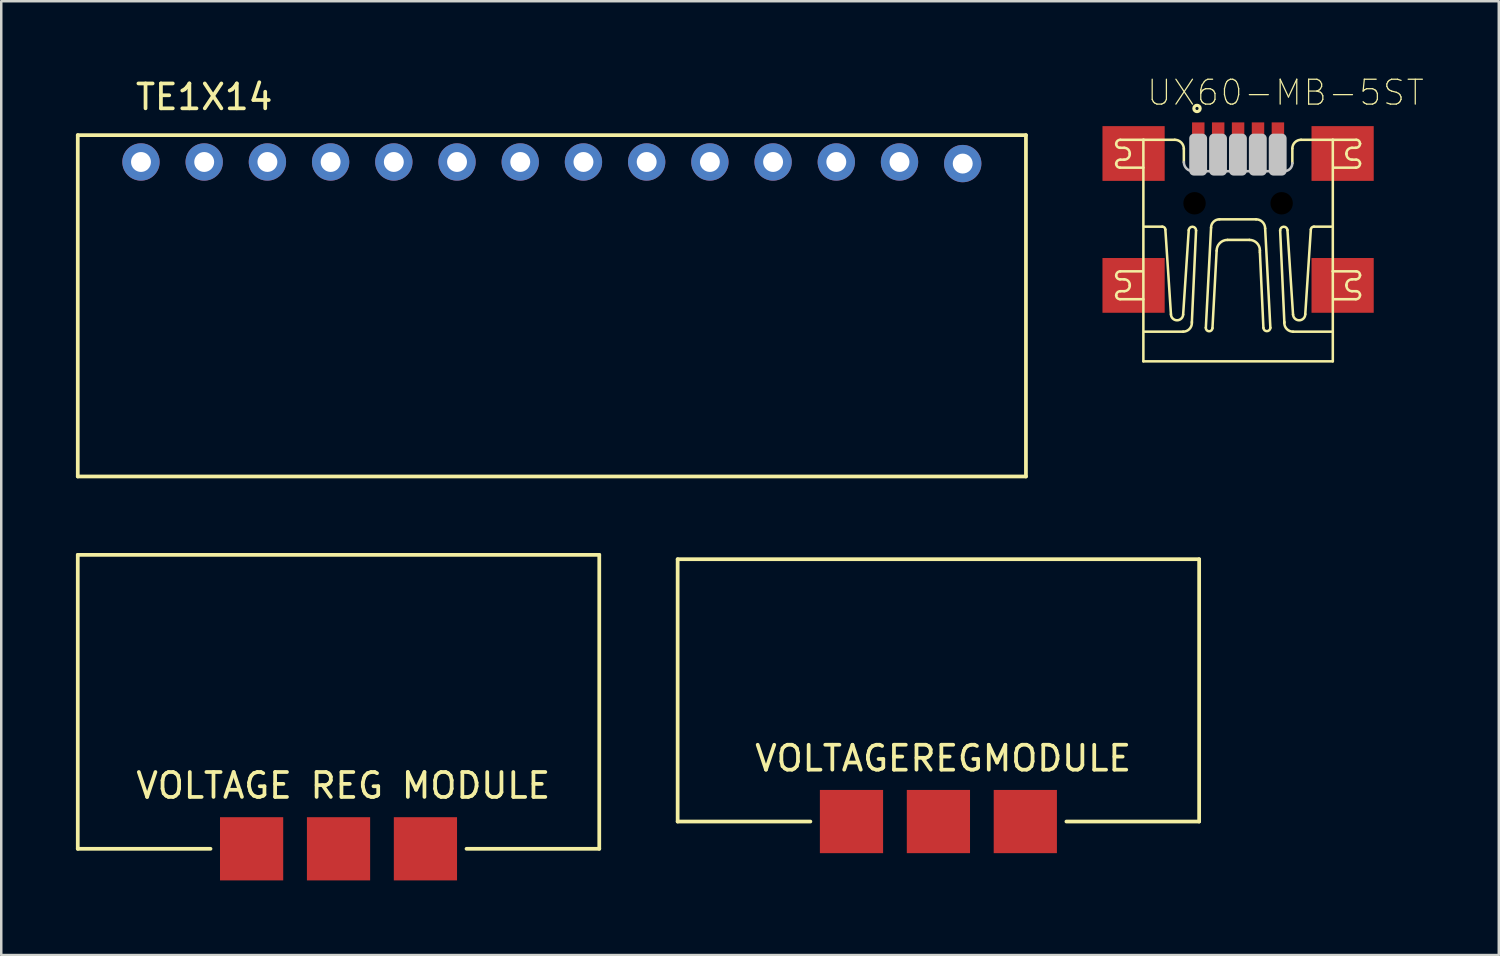
<source format=kicad_pcb>
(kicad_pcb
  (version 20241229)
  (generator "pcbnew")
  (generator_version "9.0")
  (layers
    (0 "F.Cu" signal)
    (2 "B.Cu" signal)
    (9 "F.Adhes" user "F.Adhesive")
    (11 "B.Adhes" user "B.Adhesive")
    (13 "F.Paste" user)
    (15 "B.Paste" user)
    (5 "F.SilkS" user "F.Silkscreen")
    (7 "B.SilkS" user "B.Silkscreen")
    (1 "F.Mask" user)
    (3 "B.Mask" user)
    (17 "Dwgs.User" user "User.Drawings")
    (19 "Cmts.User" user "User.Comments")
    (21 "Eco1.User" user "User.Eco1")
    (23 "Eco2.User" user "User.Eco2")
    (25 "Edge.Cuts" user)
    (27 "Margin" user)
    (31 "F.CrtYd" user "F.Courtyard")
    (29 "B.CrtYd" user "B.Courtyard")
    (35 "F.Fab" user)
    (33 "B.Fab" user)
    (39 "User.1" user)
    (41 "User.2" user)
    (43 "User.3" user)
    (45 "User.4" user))
  (footprint "VOLTAGEREGMODULE"
    (layer "F.Cu")
    (at 34.594 19.421)
    (property "Reference" "VOLTAGEREGMODULE" (at 0.254 8.001 0) (layer "F.SilkS") (effects (font (size 1 1) (thickness 0.15))))
    (attr through_hole)
    (fp_line (start -10.414 0) (end 10.541 0) (stroke (width 0.15) (type solid)) (layer "F.SilkS"))
    (fp_line (start -10.414 10.541) (end -10.414 0) (stroke (width 0.15) (type solid)) (layer "F.SilkS"))
    (fp_line (start -10.414 10.541) (end -5.08 10.541) (stroke (width 0.15) (type solid)) (layer "F.SilkS"))
    (fp_line (start 5.207 10.541) (end 10.541 10.541) (stroke (width 0.15) (type solid)) (layer "F.SilkS"))
    (fp_line (start 10.541 10.541) (end 10.541 0) (stroke (width 0.15) (type solid)) (layer "F.SilkS"))
    (pad "1" smd rect (at -3.429 10.541) (size 2.54 2.54) (layers "F.Cu" "F.Mask" "F.Paste"))
    (pad "2" smd rect (at 0.064 10.541) (size 2.54 2.54) (layers "F.Cu" "F.Mask" "F.Paste"))
    (pad "3" smd rect (at 3.556 10.541) (size 2.54 2.54) (layers "F.Cu" "F.Mask" "F.Paste")))
  (footprint "UX60-MB-5ST"
    (layer "F.Cu")
    (at 46.7 2.578)
    (property "Reference" "UX60-MB-5ST" (at 1.905 -1.905 0) (layer "F.SilkS") (effects (font (size 1 1) (thickness 0.05))))
    (attr smd)
    (fp_line (start -4.899 0.956) (end -4.899 0.956) (stroke (width 0.102) (type solid)) (layer "F.SilkS"))
    (fp_line (start -4.899 6.241) (end -4.899 6.241) (stroke (width 0.102) (type solid)) (layer "F.SilkS"))
    (fp_line (start -4.731 -0.011) (end -3.792 -0.011) (stroke (width 0.102) (type solid)) (layer "F.SilkS"))
    (fp_line (start -4.731 0.788) (end -4.577 0.788) (stroke (width 0.102) (type solid)) (layer "F.SilkS"))
    (fp_line (start -4.731 5.274) (end -3.862 5.274) (stroke (width 0.102) (type solid)) (layer "F.SilkS"))
    (fp_line (start -4.731 6.073) (end -4.577 6.073) (stroke (width 0.102) (type solid)) (layer "F.SilkS"))
    (fp_line (start -4.577 0.311) (end -4.745 0.311) (stroke (width 0.102) (type solid)) (layer "F.SilkS"))
    (fp_line (start -4.577 5.596) (end -4.745 5.596) (stroke (width 0.102) (type solid)) (layer "F.SilkS"))
    (fp_line (start -4.353 0.564) (end -4.353 0.535) (stroke (width 0.102) (type solid)) (layer "F.SilkS"))
    (fp_line (start -4.353 5.849) (end -4.353 5.821) (stroke (width 0.102) (type solid)) (layer "F.SilkS"))
    (fp_line (start -3.806 -0.011) (end -2.544 -0.011) (stroke (width 0.102) (type solid)) (layer "F.SilkS"))
    (fp_line (start -3.806 8.891) (end -3.806 -0.011) (stroke (width 0.102) (type solid)) (layer "F.SilkS"))
    (fp_line (start -3.806 1.11) (end -4.745 1.11) (stroke (width 0.102) (type solid)) (layer "F.SilkS"))
    (fp_line (start -3.806 6.396) (end -4.745 6.396) (stroke (width 0.102) (type solid)) (layer "F.SilkS"))
    (fp_line (start -3.75 7.699) (end -2.208 7.699) (stroke (width 0.102) (type solid)) (layer "F.SilkS"))
    (fp_line (start -3.049 3.48) (end -3.75 3.48) (stroke (width 0.102) (type solid)) (layer "F.SilkS"))
    (fp_line (start -2.698 6.998) (end -2.923 3.592) (stroke (width 0.102) (type solid)) (layer "F.SilkS"))
    (fp_line (start -2.18 0.353) (end -2.18 0.886) (stroke (width 0.102) (type solid)) (layer "F.SilkS"))
    (fp_line (start -1.983 3.62) (end -2.208 7.012) (stroke (width 0.102) (type solid)) (layer "F.SilkS"))
    (fp_line (start -1.857 7.307) (end -1.689 3.634) (stroke (width 0.102) (type solid)) (layer "F.SilkS"))
    (fp_line (start -1.857 7.349) (end -1.857 7.307) (stroke (width 0.102) (type solid)) (layer "F.SilkS"))
    (fp_line (start -1.086 3.522) (end -1.296 7.545) (stroke (width 0.102) (type solid)) (layer "F.SilkS"))
    (fp_line (start -1.03 7.559) (end -0.862 4.447) (stroke (width 0.102) (type solid)) (layer "F.SilkS"))
    (fp_line (start -0.427 4.012) (end 0.456 4.012) (stroke (width 0.102) (type solid)) (layer "F.SilkS"))
    (fp_line (start 0.722 3.185) (end -0.75 3.185) (stroke (width 0.102) (type solid)) (layer "F.SilkS"))
    (fp_line (start 0.876 4.433) (end 0.876 4.503) (stroke (width 0.102) (type solid)) (layer "F.SilkS"))
    (fp_line (start 0.876 4.503) (end 1.017 7.545) (stroke (width 0.102) (type solid)) (layer "F.SilkS"))
    (fp_line (start 1.297 7.545) (end 1.087 3.55) (stroke (width 0.102) (type solid)) (layer "F.SilkS"))
    (fp_line (start 1.858 7.307) (end 1.69 3.634) (stroke (width 0.102) (type solid)) (layer "F.SilkS"))
    (fp_line (start 1.858 7.349) (end 1.858 7.307) (stroke (width 0.102) (type solid)) (layer "F.SilkS"))
    (fp_line (start 1.984 3.62) (end 2.208 7.012) (stroke (width 0.102) (type solid)) (layer "F.SilkS"))
    (fp_line (start 2.18 0.928) (end 2.18 0.339) (stroke (width 0.102) (type solid)) (layer "F.SilkS"))
    (fp_line (start 2.531 -0.011) (end 3.806 -0.011) (stroke (width 0.102) (type solid)) (layer "F.SilkS"))
    (fp_line (start 2.699 6.998) (end 2.923 3.592) (stroke (width 0.102) (type solid)) (layer "F.SilkS"))
    (fp_line (start 3.049 3.479) (end 3.75 3.479) (stroke (width 0.102) (type solid)) (layer "F.SilkS"))
    (fp_line (start 3.75 7.699) (end 2.208 7.699) (stroke (width 0.102) (type solid)) (layer "F.SilkS"))
    (fp_line (start 3.806 -0.011) (end 3.806 5.274) (stroke (width 0.102) (type solid)) (layer "F.SilkS"))
    (fp_line (start 3.806 -0.011) (end 4.746 -0.011) (stroke (width 0.102) (type solid)) (layer "F.SilkS"))
    (fp_line (start 3.806 5.274) (end 3.806 8.891) (stroke (width 0.102) (type solid)) (layer "F.SilkS"))
    (fp_line (start 3.806 5.274) (end 4.746 5.274) (stroke (width 0.102) (type solid)) (layer "F.SilkS"))
    (fp_line (start 3.806 8.891) (end -3.806 8.891) (stroke (width 0.102) (type solid)) (layer "F.SilkS"))
    (fp_line (start 4.353 0.536) (end 4.353 0.564) (stroke (width 0.102) (type solid)) (layer "F.SilkS"))
    (fp_line (start 4.353 5.821) (end 4.353 5.849) (stroke (width 0.102) (type solid)) (layer "F.SilkS"))
    (fp_line (start 4.577 0.788) (end 4.746 0.788) (stroke (width 0.102) (type solid)) (layer "F.SilkS"))
    (fp_line (start 4.577 6.073) (end 4.746 6.073) (stroke (width 0.102) (type solid)) (layer "F.SilkS"))
    (fp_line (start 4.732 0.311) (end 4.577 0.311) (stroke (width 0.102) (type solid)) (layer "F.SilkS"))
    (fp_line (start 4.732 1.11) (end 3.862 1.11) (stroke (width 0.102) (type solid)) (layer "F.SilkS"))
    (fp_line (start 4.732 5.596) (end 4.577 5.596) (stroke (width 0.102) (type solid)) (layer "F.SilkS"))
    (fp_line (start 4.732 6.396) (end 3.862 6.396) (stroke (width 0.102) (type solid)) (layer "F.SilkS"))
    (fp_line (start 4.9 0.143) (end 4.9 0.143) (stroke (width 0.102) (type solid)) (layer "F.SilkS"))
    (fp_line (start 4.9 5.428) (end 4.9 5.428) (stroke (width 0.102) (type solid)) (layer "F.SilkS"))
    (fp_arc (start -4.8993 0.157) (mid -4.850035 0.038065) (end -4.7311 -0.0112) (stroke (width 0.1016) (type solid)) (layer "F.SilkS"))
    (fp_arc (start -4.8993 0.9561) (mid -4.850035 0.837165) (end -4.7311 0.7879) (stroke (width 0.1016) (type solid)) (layer "F.SilkS"))
    (fp_arc (start -4.8993 5.4422) (mid -4.850035 5.323265) (end -4.7311 5.274) (stroke (width 0.1016) (type solid)) (layer "F.SilkS"))
    (fp_arc (start -4.8993 6.2413) (mid -4.850035 6.122365) (end -4.7311 6.0731) (stroke (width 0.1016) (type solid)) (layer "F.SilkS"))
    (fp_arc (start -4.745328 6.395501) (mid -4.854429 6.350397) (end -4.8993 6.2412) (stroke (width 0.1016) (type solid)) (layer "F.SilkS"))
    (fp_arc (start -4.745195 1.110301) (mid -4.854323 1.065185) (end -4.8993 0.956) (stroke (width 0.1016) (type solid)) (layer "F.SilkS"))
    (fp_arc (start -4.7451 0.3112) (mid -4.854136 0.266036) (end -4.8993 0.157) (stroke (width 0.1016) (type solid)) (layer "F.SilkS"))
    (fp_arc (start -4.7451 5.5964) (mid -4.854136 5.551236) (end -4.8993 5.4422) (stroke (width 0.1016) (type solid)) (layer "F.SilkS"))
    (fp_arc (start -4.5769 0.3112) (mid -4.418337 0.376796) (end -4.3526 0.5353) (stroke (width 0.1016) (type solid)) (layer "F.SilkS"))
    (fp_arc (start -4.5769 5.5964) (mid -4.41824 5.662034) (end -4.3526 5.820691) (stroke (width 0.1016) (type solid)) (layer "F.SilkS"))
    (fp_arc (start -4.3526 0.5636) (mid -4.418296 0.722204) (end -4.5769 0.7879) (stroke (width 0.1016) (type solid)) (layer "F.SilkS"))
    (fp_arc (start -4.3526 5.8488) (mid -4.418234 6.00746) (end -4.576891 6.0731) (stroke (width 0.1016) (type solid)) (layer "F.SilkS"))
    (fp_arc (start -3.0488 3.4796) (mid -2.962793 3.509833) (end -2.922711 3.591714) (stroke (width 0.1016) (type solid)) (layer "F.SilkS"))
    (fp_arc (start -2.544 -0.0111) (mid -2.28636 0.095701) (end -2.1797 0.3534) (stroke (width 0.1016) (type solid)) (layer "F.SilkS"))
    (fp_arc (start -2.207706 7.012422) (mid -2.459806 7.24172) (end -2.6984 6.9984) (stroke (width 0.1016) (type solid)) (layer "F.SilkS"))
    (fp_arc (start -1.9834 3.6198) (mid -1.829295 3.479891) (end -1.688984 3.633629) (stroke (width 0.1016) (type solid)) (layer "F.SilkS"))
    (fp_arc (start -1.8572 7.3488) (mid -1.959759 7.5966) (end -2.2075 7.6993) (stroke (width 0.1016) (type solid)) (layer "F.SilkS"))
    (fp_arc (start -1.0862 3.5217) (mid -0.987649 3.283884) (end -0.749888 3.1852) (stroke (width 0.1016) (type solid)) (layer "F.SilkS"))
    (fp_arc (start -1.0301 7.5591) (mid -1.1703 7.6853) (end -1.2965 7.5451) (stroke (width 0.1016) (type solid)) (layer "F.SilkS"))
    (fp_arc (start -0.8619 4.4469) (mid -0.734609 4.139591) (end -0.4273 4.0123) (stroke (width 0.1016) (type solid)) (layer "F.SilkS"))
    (fp_arc (start 0.4559 4.0123) (mid 0.753309 4.135491) (end 0.8765 4.4329) (stroke (width 0.1016) (type solid)) (layer "F.SilkS"))
    (fp_arc (start 0.7223 3.1852) (mid 0.98004 3.29196) (end 1.0868 3.5497) (stroke (width 0.1016) (type solid)) (layer "F.SilkS"))
    (fp_arc (start 1.297 7.5451) (mid 1.156959 7.678901) (end 1.01671 7.545318) (stroke (width 0.1016) (type solid)) (layer "F.SilkS"))
    (fp_arc (start 1.689584 3.633529) (mid 1.829895 3.479792) (end 1.984 3.6197) (stroke (width 0.1016) (type solid)) (layer "F.SilkS"))
    (fp_arc (start 2.1802 0.3392) (mid 2.2829 0.091459) (end 2.5307 -0.0111) (stroke (width 0.1016) (type solid)) (layer "F.SilkS"))
    (fp_arc (start 2.207888 7.6992) (mid 1.960342 7.596366) (end 1.8578 7.3487) (stroke (width 0.1016) (type solid)) (layer "F.SilkS"))
    (fp_arc (start 2.699 6.9983) (mid 2.460406 7.24162) (end 2.208306 7.012322) (stroke (width 0.1016) (type solid)) (layer "F.SilkS"))
    (fp_arc (start 2.923311 3.591614) (mid 2.963394 3.509733) (end 3.0494 3.4795) (stroke (width 0.1016) (type solid)) (layer "F.SilkS"))
    (fp_arc (start 4.3532 0.5356) (mid 4.418734 0.376982) (end 4.577291 0.3113) (stroke (width 0.1016) (type solid)) (layer "F.SilkS"))
    (fp_arc (start 4.3532 5.8208) (mid 4.418734 5.662182) (end 4.577291 5.5965) (stroke (width 0.1016) (type solid)) (layer "F.SilkS"))
    (fp_arc (start 4.5775 0.788) (mid 4.418896 0.722304) (end 4.3532 0.5637) (stroke (width 0.1016) (type solid)) (layer "F.SilkS"))
    (fp_arc (start 4.5775 6.0732) (mid 4.418937 6.007604) (end 4.3532 5.8491) (stroke (width 0.1016) (type solid)) (layer "F.SilkS"))
    (fp_arc (start 4.7457 0.788) (mid 4.854736 0.833164) (end 4.8999 0.9422) (stroke (width 0.1016) (type solid)) (layer "F.SilkS"))
    (fp_arc (start 4.7457 6.0732) (mid 4.854736 6.118364) (end 4.8999 6.2274) (stroke (width 0.1016) (type solid)) (layer "F.SilkS"))
    (fp_arc (start 4.745727 -0.0111) (mid 4.854928 0.033962) (end 4.8999 0.1432) (stroke (width 0.1016) (type solid)) (layer "F.SilkS"))
    (fp_arc (start 4.745928 5.274099) (mid 4.855029 5.319203) (end 4.8999 5.4284) (stroke (width 0.1016) (type solid)) (layer "F.SilkS"))
    (fp_arc (start 4.8999 0.1431) (mid 4.850635 0.262035) (end 4.7317 0.3113) (stroke (width 0.1016) (type solid)) (layer "F.SilkS"))
    (fp_arc (start 4.8999 0.9422) (mid 4.850635 1.061135) (end 4.7317 1.1104) (stroke (width 0.1016) (type solid)) (layer "F.SilkS"))
    (fp_arc (start 4.8999 5.4283) (mid 4.850635 5.547235) (end 4.7317 5.5965) (stroke (width 0.1016) (type solid)) (layer "F.SilkS"))
    (fp_arc (start 4.8999 6.2274) (mid 4.850635 6.346335) (end 4.7317 6.3956) (stroke (width 0.1016) (type solid)) (layer "F.SilkS"))
    (fp_circle (center -1.651 -1.27) (end -1.524 -1.27) (stroke (width 0.127) (type solid)) (fill no) (layer "F.SilkS"))
    (fp_line (start -1.815 1.251) (end 1.858 1.251) (stroke (width 0.102) (type solid)) (layer "Dwgs.User"))
    (fp_arc (start -1.8152 1.2506) (mid -2.07294 1.14384) (end -2.1797 0.8861) (stroke (width 0.1016) (type solid)) (layer "Dwgs.User"))
    (fp_arc (start 2.1802 0.9282) (mid 2.085771 1.156171) (end 1.8578 1.2506) (stroke (width 0.1016) (type solid)) (layer "Dwgs.User"))
    (fp_poly (pts (xy -1.773 1.237) (xy -1.773 -0.067) (xy -1.437 -0.067) (xy -1.437 1.237)) (stroke (width 0.381) (type solid)) (fill no) (layer "Dwgs.User"))
    (fp_poly (pts (xy -0.974 1.237) (xy -0.974 -0.067) (xy -0.638 -0.067) (xy -0.638 1.237)) (stroke (width 0.381) (type solid)) (fill no) (layer "Dwgs.User"))
    (fp_poly (pts (xy -0.175 1.237) (xy -0.175 -0.067) (xy 0.162 -0.067) (xy 0.162 1.237)) (stroke (width 0.381) (type solid)) (fill no) (layer "Dwgs.User"))
    (fp_poly (pts (xy 0.624 1.237) (xy 0.624 -0.067) (xy 0.961 -0.067) (xy 0.961 1.237)) (stroke (width 0.381) (type solid)) (fill no) (layer "Dwgs.User"))
    (fp_poly (pts (xy 1.423 1.237) (xy 1.423 -0.067) (xy 1.76 -0.067) (xy 1.76 1.237)) (stroke (width 0.381) (type solid)) (fill no) (layer "Dwgs.User"))
    (pad "" np_thru_hole circle (at -1.75 2.54) (size 0.9 0.9) (drill 0.9) (layers))
    (pad "" np_thru_hole circle (at 1.75 2.54) (size 0.9 0.9) (drill 0.9) (layers))
    (pad "1" smd rect (at -1.6 0.29 90) (size 2 0.5) (layers "F.Cu" "F.Mask" "F.Paste"))
    (pad "2" smd rect (at -0.8 0.29 90) (size 2 0.5) (layers "F.Cu" "F.Mask" "F.Paste"))
    (pad "3" smd rect (at 0 0.29 90) (size 2 0.5) (layers "F.Cu" "F.Mask" "F.Paste"))
    (pad "4" smd rect (at 0.8 0.29 90) (size 2 0.5) (layers "F.Cu" "F.Mask" "F.Paste"))
    (pad "5" smd rect (at 1.6 0.29 90) (size 2 0.5) (layers "F.Cu" "F.Mask" "F.Paste"))
    (pad "M1" smd rect (at 4.2 5.84 90) (size 2.2 2.5) (layers "F.Cu" "F.Mask" "F.Paste"))
    (pad "M2" smd rect (at -4.2 5.84 90) (size 2.2 2.5) (layers "F.Cu" "F.Mask" "F.Paste"))
    (pad "M3" smd rect (at -4.2 0.54 90) (size 2.2 2.5) (layers "F.Cu" "F.Mask" "F.Paste"))
    (pad "M4" smd rect (at 4.2 0.54 90) (size 2.2 2.5) (layers "F.Cu" "F.Mask" "F.Paste")))
  (footprint "VOLTAGE REG MODULE"
    (layer "F.Cu")
    (at 10.489 20.516)
    (property "Reference" "VOLTAGE REG MODULE" (at 0.254 8.001 0) (layer "F.SilkS") (effects (font (size 1 1) (thickness 0.15))))
    (attr through_hole)
    (fp_line (start -10.414 10.541) (end -10.414 -1.27) (stroke (width 0.15) (type solid)) (layer "F.SilkS"))
    (fp_line (start -10.414 10.541) (end -5.08 10.541) (stroke (width 0.15) (type solid)) (layer "F.SilkS"))
    (fp_line (start 5.207 10.541) (end 10.541 10.541) (stroke (width 0.15) (type solid)) (layer "F.SilkS"))
    (fp_line (start 10.541 -1.27) (end -10.414 -1.27) (stroke (width 0.15) (type solid)) (layer "F.SilkS"))
    (fp_line (start 10.541 10.541) (end 10.541 -1.27) (stroke (width 0.15) (type solid)) (layer "F.SilkS"))
    (pad "1" smd rect (at -3.429 10.541) (size 2.54 2.54) (layers "F.Cu" "F.Mask" "F.Paste"))
    (pad "2" smd rect (at 0.064 10.541) (size 2.54 2.54) (layers "F.Cu" "F.Mask" "F.Paste"))
    (pad "3" smd rect (at 3.556 10.541) (size 2.54 2.54) (layers "F.Cu" "F.Mask" "F.Paste")))
  (footprint "TE1X14"
    (layer "F.Cu")
    (at 5.155 0.348)
    (property "Reference" "TE1X14" (at 0 0.5 0) (layer "F.SilkS") (effects (font (size 1 1) (thickness 0.15))))
    (attr through_hole)
    (fp_line (start -5.08 2.032) (end 33.02 2.032) (stroke (width 0.15) (type solid)) (layer "F.SilkS"))
    (fp_line (start -5.08 15.748) (end -5.08 2.032) (stroke (width 0.15) (type solid)) (layer "F.SilkS"))
    (fp_line (start 33.02 2.032) (end 33.02 15.748) (stroke (width 0.15) (type solid)) (layer "F.SilkS"))
    (fp_line (start 33.02 15.748) (end -5.08 15.748) (stroke (width 0.15) (type solid)) (layer "F.SilkS"))
    (pad "1" thru_hole circle (at -2.54 3.111) (size 1.5 1.5) (drill 0.8) (layers "*.Cu" "*.Mask"))
    (pad "2" thru_hole circle (at 0 3.111) (size 1.5 1.5) (drill 0.8) (layers "*.Cu" "*.Mask"))
    (pad "3" thru_hole circle (at 2.54 3.111) (size 1.5 1.5) (drill 0.8) (layers "*.Cu" "*.Mask"))
    (pad "4" thru_hole circle (at 5.08 3.111) (size 1.5 1.5) (drill 0.8) (layers "*.Cu" "*.Mask"))
    (pad "5" thru_hole circle (at 7.62 3.111) (size 1.5 1.5) (drill 0.8) (layers "*.Cu" "*.Mask"))
    (pad "6" thru_hole circle (at 10.16 3.111) (size 1.5 1.5) (drill 0.8) (layers "*.Cu" "*.Mask"))
    (pad "7" thru_hole circle (at 12.7 3.111) (size 1.5 1.5) (drill 0.8) (layers "*.Cu" "*.Mask"))
    (pad "8" thru_hole circle (at 15.24 3.111) (size 1.5 1.5) (drill 0.8) (layers "*.Cu" "*.Mask"))
    (pad "9" thru_hole circle (at 17.78 3.111) (size 1.5 1.5) (drill 0.8) (layers "*.Cu" "*.Mask"))
    (pad "10" thru_hole circle (at 20.32 3.111) (size 1.5 1.5) (drill 0.8) (layers "*.Cu" "*.Mask"))
    (pad "11" thru_hole circle (at 22.86 3.111) (size 1.5 1.5) (drill 0.8) (layers "*.Cu" "*.Mask"))
    (pad "12" thru_hole circle (at 25.4 3.111) (size 1.5 1.5) (drill 0.8) (layers "*.Cu" "*.Mask"))
    (pad "13" thru_hole circle (at 27.94 3.111) (size 1.5 1.5) (drill 0.8) (layers "*.Cu" "*.Mask"))
    (pad "14" thru_hole circle (at 30.48 3.175) (size 1.5 1.5) (drill 0.8) (layers "*.Cu" "*.Mask")))
  (gr_rect
    (start -3 -3)
    (end 57.175 35.327)
    (stroke (width 0.1) (type default))
    (fill no)
    (layer "Edge.Cuts")))
</source>
